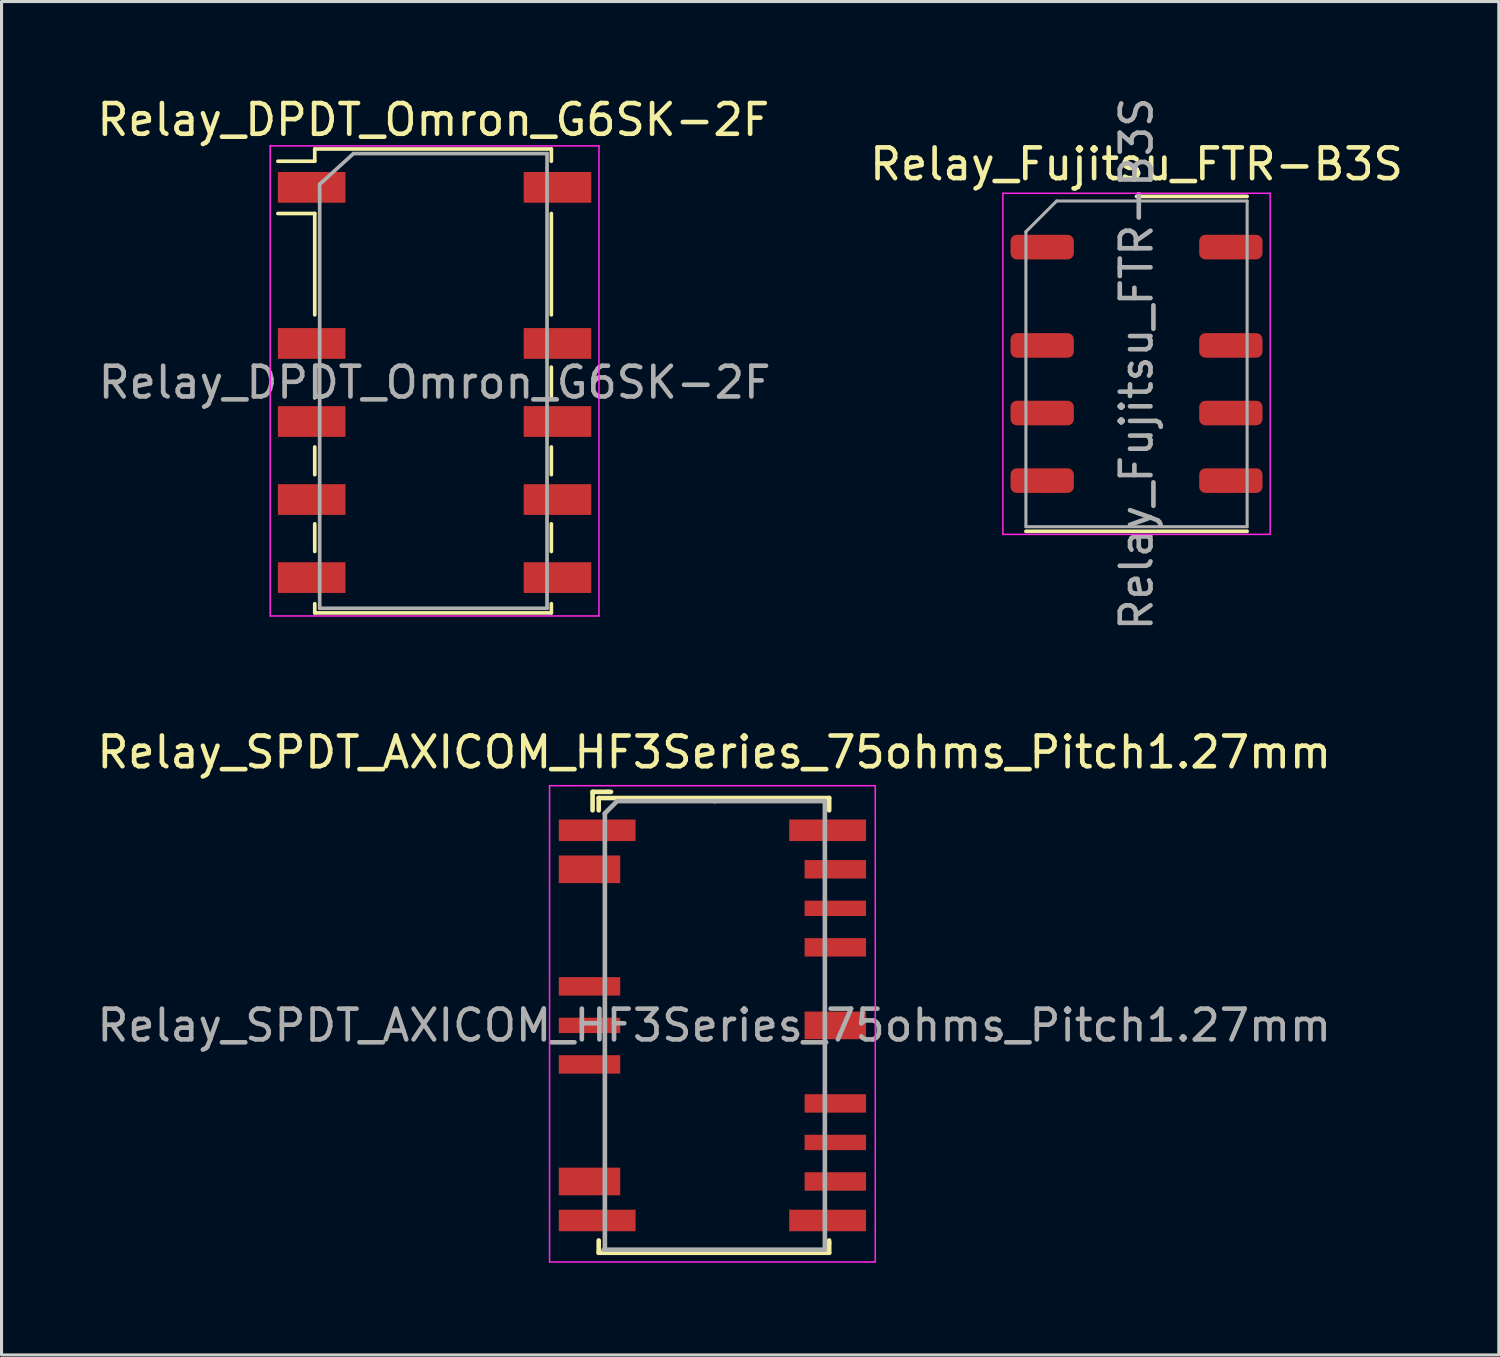
<source format=kicad_pcb>
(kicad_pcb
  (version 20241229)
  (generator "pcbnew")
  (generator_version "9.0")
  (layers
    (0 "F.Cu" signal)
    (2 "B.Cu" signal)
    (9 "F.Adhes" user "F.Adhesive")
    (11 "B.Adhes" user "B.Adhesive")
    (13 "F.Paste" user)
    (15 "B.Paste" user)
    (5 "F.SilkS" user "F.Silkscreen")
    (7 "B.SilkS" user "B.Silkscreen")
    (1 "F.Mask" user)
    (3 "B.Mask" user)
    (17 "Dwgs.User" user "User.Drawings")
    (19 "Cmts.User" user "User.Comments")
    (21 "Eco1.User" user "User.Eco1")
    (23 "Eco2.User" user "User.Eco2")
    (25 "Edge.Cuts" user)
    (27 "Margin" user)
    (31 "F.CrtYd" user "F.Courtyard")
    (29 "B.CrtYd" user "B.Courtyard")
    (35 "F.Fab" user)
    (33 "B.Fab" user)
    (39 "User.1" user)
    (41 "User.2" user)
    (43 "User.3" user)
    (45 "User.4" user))
  (footprint "Relay_DPDT_Omron_G6SK-2F"
    (layer "F.Cu")
    (at 11.094 9.398)
    (property "Reference" "Relay_DPDT_Omron_G6SK-2F" (at -0.04 -8.55 0) (layer "F.SilkS") (effects (font (size 1 1) (thickness 0.15))))
    (attr smd)
    (fp_line (start -5.1 -7.2) (end -3.9 -7.2) (stroke (width 0.12) (type solid)) (layer "F.SilkS"))
    (fp_line (start -3.9 -7.6) (end 3.8 -7.6) (stroke (width 0.12) (type solid)) (layer "F.SilkS"))
    (fp_line (start -3.9 -7.2) (end -3.9 -7.6) (stroke (width 0.12) (type solid)) (layer "F.SilkS"))
    (fp_line (start -3.9 -5.5) (end -5.1 -5.5) (stroke (width 0.12) (type solid)) (layer "F.SilkS"))
    (fp_line (start -3.9 -5.5) (end -3.9 -2.2) (stroke (width 0.12) (type solid)) (layer "F.SilkS"))
    (fp_line (start -3.9 -0.5) (end -3.9 0.5) (stroke (width 0.12) (type solid)) (layer "F.SilkS"))
    (fp_line (start -3.9 2.1) (end -3.9 3) (stroke (width 0.12) (type solid)) (layer "F.SilkS"))
    (fp_line (start -3.9 5.5) (end -3.9 4.6) (stroke (width 0.12) (type solid)) (layer "F.SilkS"))
    (fp_line (start -3.9 7.2) (end -3.9 7.5) (stroke (width 0.12) (type solid)) (layer "F.SilkS"))
    (fp_line (start -3.9 7.5) (end 3.8 7.5) (stroke (width 0.12) (type solid)) (layer "F.SilkS"))
    (fp_line (start 3.8 -7.6) (end 3.8 -7.2) (stroke (width 0.12) (type solid)) (layer "F.SilkS"))
    (fp_line (start 3.8 -5.5) (end 3.8 -2.2) (stroke (width 0.12) (type solid)) (layer "F.SilkS"))
    (fp_line (start 3.8 0.5) (end 3.8 -0.5) (stroke (width 0.12) (type solid)) (layer "F.SilkS"))
    (fp_line (start 3.8 3) (end 3.8 2.1) (stroke (width 0.12) (type solid)) (layer "F.SilkS"))
    (fp_line (start 3.8 4.6) (end 3.8 5.5) (stroke (width 0.12) (type solid)) (layer "F.SilkS"))
    (fp_line (start 3.8 7.5) (end 3.8 7.2) (stroke (width 0.12) (type solid)) (layer "F.SilkS"))
    (fp_line (start -5.35 -7.7) (end -5.35 7.6) (stroke (width 0.05) (type solid)) (layer "F.CrtYd"))
    (fp_line (start -5.35 -7.7) (end 5.35 -7.7) (stroke (width 0.05) (type solid)) (layer "F.CrtYd"))
    (fp_line (start 5.35 7.6) (end -5.35 7.6) (stroke (width 0.05) (type solid)) (layer "F.CrtYd"))
    (fp_line (start 5.35 7.6) (end 5.35 -7.7) (stroke (width 0.05) (type solid)) (layer "F.CrtYd"))
    (fp_line (start -3.74 -6.45) (end -2.64 -7.45) (stroke (width 0.12) (type solid)) (layer "F.Fab"))
    (fp_line (start -3.74 7.35) (end -3.74 -6.45) (stroke (width 0.12) (type solid)) (layer "F.Fab"))
    (fp_line (start -2.64 -7.45) (end 3.66 -7.45) (stroke (width 0.12) (type solid)) (layer "F.Fab"))
    (fp_line (start 3.66 -7.45) (end 3.66 7.35) (stroke (width 0.12) (type solid)) (layer "F.Fab"))
    (fp_line (start 3.66 7.35) (end -3.74 7.35) (stroke (width 0.12) (type solid)) (layer "F.Fab"))
    (fp_text user "${REFERENCE}" (at 0 0 0) (layer "F.Fab") (effects (font (size 1 1) (thickness 0.15))))
    (pad "1" smd rect (at -4 -6.35) (size 2.2 1) (layers "F.Cu" "F.Mask" "F.Paste"))
    (pad "3" smd rect (at -4 -1.27) (size 2.2 1) (layers "F.Cu" "F.Mask" "F.Paste"))
    (pad "4" smd rect (at -4 1.27) (size 2.2 1) (layers "F.Cu" "F.Mask" "F.Paste"))
    (pad "5" smd rect (at -4 3.81) (size 2.2 1) (layers "F.Cu" "F.Mask" "F.Paste"))
    (pad "6" smd rect (at -4 6.35) (size 2.2 1) (layers "F.Cu" "F.Mask" "F.Paste"))
    (pad "7" smd rect (at 4 6.35) (size 2.2 1) (layers "F.Cu" "F.Mask" "F.Paste"))
    (pad "8" smd rect (at 4 3.81) (size 2.2 1) (layers "F.Cu" "F.Mask" "F.Paste"))
    (pad "9" smd rect (at 4 1.27) (size 2.2 1) (layers "F.Cu" "F.Mask" "F.Paste"))
    (pad "10" smd rect (at 4 -1.27) (size 2.2 1) (layers "F.Cu" "F.Mask" "F.Paste"))
    (pad "12" smd rect (at 4 -6.35) (size 2.2 1) (layers "F.Cu" "F.Mask" "F.Paste")))
  (footprint "Relay_SPDT_AXICOM_HF3Series_75ohms_Pitch1.27mm"
    (layer "F.Cu")
    (at 20.136 30.322)
    (property "Reference" "Relay_SPDT_AXICOM_HF3Series_75ohms_Pitch1.27mm" (at 0.06 -8.89 0) (layer "F.SilkS") (effects (font (size 1 1) (thickness 0.15))))
    (attr smd)
    (fp_line (start -3.9 -7.6) (end -3.4 -7.6) (stroke (width 0.15) (type solid)) (layer "F.SilkS"))
    (fp_line (start -3.9 -7) (end -3.9 -7.6) (stroke (width 0.15) (type solid)) (layer "F.SilkS"))
    (fp_line (start -3.7 -7.4) (end -3.7 -7) (stroke (width 0.15) (type solid)) (layer "F.SilkS"))
    (fp_line (start -3.7 7.4) (end -3.7 7) (stroke (width 0.15) (type solid)) (layer "F.SilkS"))
    (fp_line (start -3.4 -7.6) (end -3.3 -7.6) (stroke (width 0.15) (type solid)) (layer "F.SilkS"))
    (fp_line (start 3.8 -7.4) (end -3.7 -7.4) (stroke (width 0.15) (type solid)) (layer "F.SilkS"))
    (fp_line (start 3.8 -7) (end 3.8 -7.4) (stroke (width 0.15) (type solid)) (layer "F.SilkS"))
    (fp_line (start 3.8 7.1) (end 3.8 7) (stroke (width 0.15) (type solid)) (layer "F.SilkS"))
    (fp_line (start 3.8 7.1) (end 3.8 7.4) (stroke (width 0.15) (type solid)) (layer "F.SilkS"))
    (fp_line (start 3.8 7.4) (end -3.7 7.4) (stroke (width 0.15) (type solid)) (layer "F.SilkS"))
    (fp_line (start -5.3 -7.8) (end -5.3 -6.4) (stroke (width 0.05) (type solid)) (layer "F.CrtYd"))
    (fp_line (start -5.3 -6.4) (end -5.3 7.7) (stroke (width 0.05) (type solid)) (layer "F.CrtYd"))
    (fp_line (start -5.3 7.7) (end 5.2 7.7) (stroke (width 0.05) (type solid)) (layer "F.CrtYd"))
    (fp_line (start -4.7 -7.8) (end -5.3 -7.8) (stroke (width 0.05) (type solid)) (layer "F.CrtYd"))
    (fp_line (start 5.2 7.7) (end 5.3 7.7) (stroke (width 0.05) (type solid)) (layer "F.CrtYd"))
    (fp_line (start 5.3 -7.8) (end -4.7 -7.8) (stroke (width 0.05) (type solid)) (layer "F.CrtYd"))
    (fp_line (start 5.3 -7.6) (end 5.3 -7.8) (stroke (width 0.05) (type solid)) (layer "F.CrtYd"))
    (fp_line (start 5.3 6.7) (end 5.3 -7.6) (stroke (width 0.05) (type solid)) (layer "F.CrtYd"))
    (fp_line (start 5.3 7.7) (end 5.3 6.7) (stroke (width 0.05) (type solid)) (layer "F.CrtYd"))
    (fp_line (start -3.5 -6.9) (end -3.1 -7.3) (stroke (width 0.15) (type solid)) (layer "F.Fab"))
    (fp_line (start -3.5 7.3) (end -3.5 -6.9) (stroke (width 0.15) (type solid)) (layer "F.Fab"))
    (fp_line (start -3.1 -7.3) (end 0.1 -7.3) (stroke (width 0.15) (type solid)) (layer "F.Fab"))
    (fp_line (start 0.06 -7.3) (end 3.66 -7.3) (stroke (width 0.15) (type solid)) (layer "F.Fab"))
    (fp_line (start 3.66 -7.3) (end 3.66 7.3) (stroke (width 0.15) (type solid)) (layer "F.Fab"))
    (fp_line (start 3.66 7.3) (end -3.54 7.3) (stroke (width 0.15) (type solid)) (layer "F.Fab"))
    (fp_text user "${REFERENCE}" (at 0.06 0 0) (layer "F.Fab") (effects (font (size 1 1) (thickness 0.15))))
    (pad "1" smd rect (at -3.75 -6.35) (size 2.5 0.7) (layers "F.Cu" "F.Mask" "F.Paste"))
    (pad "2" smd rect (at -4 -5.08) (size 2 0.9) (layers "F.Cu" "F.Mask" "F.Paste"))
    (pad "5" smd rect (at -4 -1.27) (size 2 0.6) (layers "F.Cu" "F.Mask" "F.Paste"))
    (pad "6" smd rect (at -4 0) (size 2 0.5) (layers "F.Cu" "F.Mask" "F.Paste"))
    (pad "7" smd rect (at -4 1.27) (size 2 0.6) (layers "F.Cu" "F.Mask" "F.Paste"))
    (pad "10" smd rect (at -4 5.08) (size 2 0.9) (layers "F.Cu" "F.Mask" "F.Paste"))
    (pad "11" smd rect (at -3.75 6.35) (size 2.5 0.7) (layers "F.Cu" "F.Mask" "F.Paste"))
    (pad "12" smd rect (at 3.75 6.35) (size 2.5 0.7) (layers "F.Cu" "F.Mask" "F.Paste"))
    (pad "13" smd rect (at 4 5.08) (size 2 0.6) (layers "F.Cu" "F.Mask" "F.Paste"))
    (pad "14" smd rect (at 4 3.81) (size 2 0.5) (layers "F.Cu" "F.Mask" "F.Paste"))
    (pad "15" smd rect (at 4 2.54) (size 2 0.6) (layers "F.Cu" "F.Mask" "F.Paste"))
    (pad "17" smd rect (at 4 0) (size 2 0.9) (layers "F.Cu" "F.Mask" "F.Paste"))
    (pad "19" smd rect (at 4 -2.54) (size 2 0.6) (layers "F.Cu" "F.Mask" "F.Paste"))
    (pad "20" smd rect (at 4 -3.81) (size 2 0.5) (layers "F.Cu" "F.Mask" "F.Paste"))
    (pad "21" smd rect (at 4 -5.08) (size 2 0.6) (layers "F.Cu" "F.Mask" "F.Paste"))
    (pad "22" smd rect (at 3.75 -6.35) (size 2.5 0.7) (layers "F.Cu" "F.Mask" "F.Paste")))
  (footprint "Relay_Fujitsu_FTR-B3S"
    (layer "F.Cu")
    (at 33.939 8.792)
    (property "Reference" "Relay_Fujitsu_FTR-B3S" (at 0 -6.5 0) (layer "F.SilkS") (effects (font (size 1 1) (thickness 0.15))))
    (attr smd)
    (fp_line (start -3.6 5.45) (end 3.6 5.45) (stroke (width 0.12) (type solid)) (layer "F.SilkS"))
    (fp_line (start 0 -5.45) (end 3.6 -5.45) (stroke (width 0.12) (type solid)) (layer "F.SilkS"))
    (fp_line (start -4.35 -5.55) (end -4.35 5.55) (stroke (width 0.05) (type solid)) (layer "F.CrtYd"))
    (fp_line (start -4.35 5.55) (end 4.35 5.55) (stroke (width 0.05) (type solid)) (layer "F.CrtYd"))
    (fp_line (start 4.35 -5.55) (end -4.35 -5.55) (stroke (width 0.05) (type solid)) (layer "F.CrtYd"))
    (fp_line (start 4.35 5.55) (end 4.35 -5.55) (stroke (width 0.05) (type solid)) (layer "F.CrtYd"))
    (fp_line (start -3.6 -4.3) (end -2.6 -5.3) (stroke (width 0.1) (type solid)) (layer "F.Fab"))
    (fp_line (start -3.6 5.3) (end -3.6 -4.3) (stroke (width 0.1) (type solid)) (layer "F.Fab"))
    (fp_line (start -2.6 -5.3) (end 3.6 -5.3) (stroke (width 0.1) (type solid)) (layer "F.Fab"))
    (fp_line (start 3.6 -5.3) (end 3.6 5.3) (stroke (width 0.1) (type solid)) (layer "F.Fab"))
    (fp_line (start 3.6 5.3) (end -3.6 5.3) (stroke (width 0.1) (type solid)) (layer "F.Fab"))
    (fp_text user "${REFERENCE}" (at 0 0 90) (layer "F.Fab") (effects (font (size 1 1) (thickness 0.15))))
    (pad "1" smd roundrect (at -3.07 -3.8) (size 2.06 0.8) (layers "F.Cu" "F.Mask" "F.Paste") (roundrect_rratio 0.25))
    (pad "2" smd roundrect (at -3.07 -0.6) (size 2.06 0.8) (layers "F.Cu" "F.Mask" "F.Paste") (roundrect_rratio 0.25))
    (pad "3" smd roundrect (at -3.07 1.6) (size 2.06 0.8) (layers "F.Cu" "F.Mask" "F.Paste") (roundrect_rratio 0.25))
    (pad "4" smd roundrect (at -3.07 3.8) (size 2.06 0.8) (layers "F.Cu" "F.Mask" "F.Paste") (roundrect_rratio 0.25))
    (pad "5" smd roundrect (at 3.07 3.8) (size 2.06 0.8) (layers "F.Cu" "F.Mask" "F.Paste") (roundrect_rratio 0.25))
    (pad "6" smd roundrect (at 3.07 1.6) (size 2.06 0.8) (layers "F.Cu" "F.Mask" "F.Paste") (roundrect_rratio 0.25))
    (pad "7" smd roundrect (at 3.07 -0.6) (size 2.06 0.8) (layers "F.Cu" "F.Mask" "F.Paste") (roundrect_rratio 0.25))
    (pad "8" smd roundrect (at 3.07 -3.8) (size 2.06 0.8) (layers "F.Cu" "F.Mask" "F.Paste") (roundrect_rratio 0.25)))
  (gr_rect
    (start -3 -3)
    (end 45.73 41.047)
    (stroke (width 0.1) (type default))
    (fill no)
    (layer "Edge.Cuts")))
</source>
